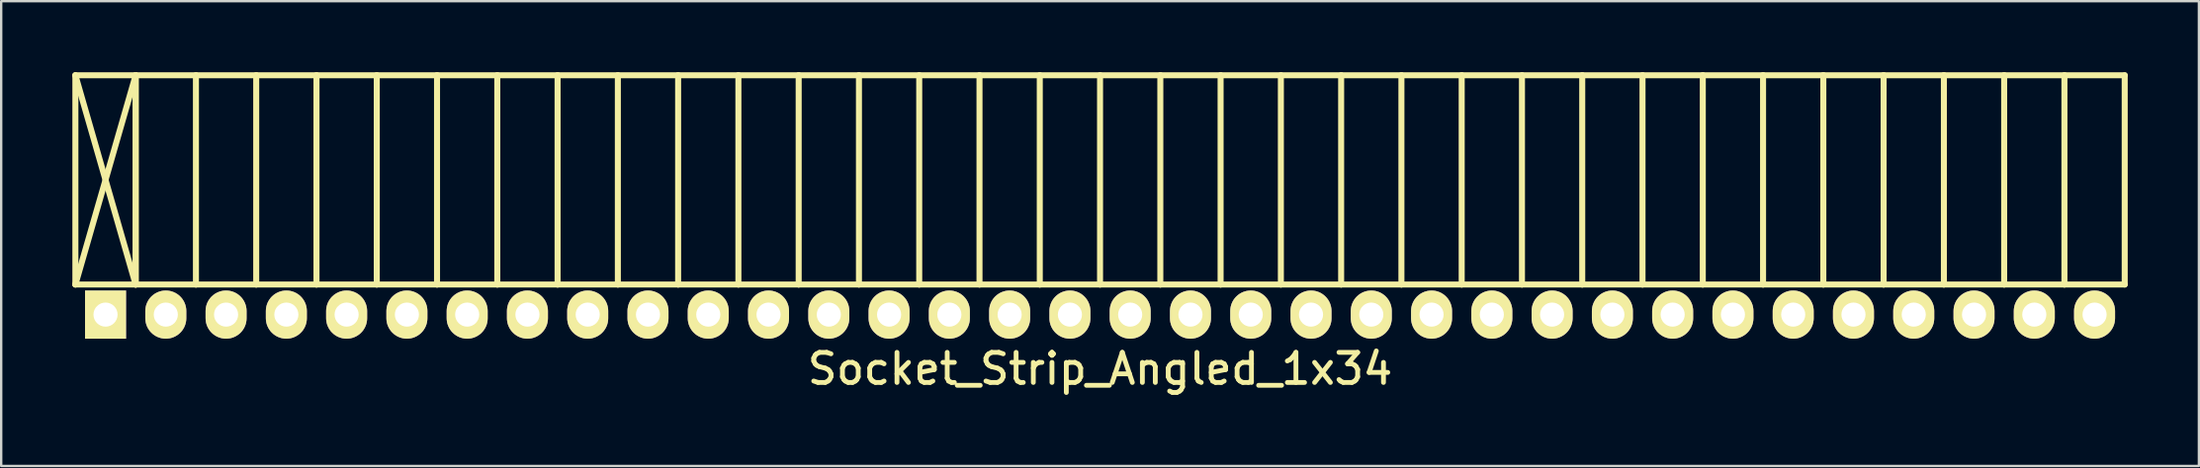
<source format=kicad_pcb>
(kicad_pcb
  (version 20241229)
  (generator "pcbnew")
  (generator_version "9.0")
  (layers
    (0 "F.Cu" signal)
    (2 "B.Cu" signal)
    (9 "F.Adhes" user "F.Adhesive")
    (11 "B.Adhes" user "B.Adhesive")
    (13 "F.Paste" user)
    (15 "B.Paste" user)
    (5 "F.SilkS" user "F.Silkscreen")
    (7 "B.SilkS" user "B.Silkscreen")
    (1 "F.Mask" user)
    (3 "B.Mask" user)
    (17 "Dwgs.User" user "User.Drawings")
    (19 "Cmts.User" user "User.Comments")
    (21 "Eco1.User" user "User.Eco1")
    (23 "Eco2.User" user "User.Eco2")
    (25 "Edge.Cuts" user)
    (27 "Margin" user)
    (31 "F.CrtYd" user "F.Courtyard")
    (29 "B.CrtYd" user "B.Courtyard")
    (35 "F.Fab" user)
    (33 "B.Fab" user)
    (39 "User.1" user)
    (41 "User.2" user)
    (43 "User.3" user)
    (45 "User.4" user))
  (footprint "Socket_Strip_Angled_1x34"
    (layer "F.Cu")
    (at 43.307 10.227)
    (property "Reference" "Socket_Strip_Angled_1x34" (at 0 2.286 0) (layer "F.SilkS") (effects (font (size 1.27 1.27) (thickness 0.203))))
    (attr through_hole)
    (fp_line (start -43.18 -10.1) (end -40.64 -10.1) (stroke (width 0.254) (type solid)) (layer "F.SilkS"))
    (fp_line (start -43.18 -10.1) (end -40.64 -1.27) (stroke (width 0.254) (type solid)) (layer "F.SilkS"))
    (fp_line (start -43.18 -1.27) (end -43.18 -10.1) (stroke (width 0.254) (type solid)) (layer "F.SilkS"))
    (fp_line (start -43.18 -1.27) (end -40.64 -10.1) (stroke (width 0.254) (type solid)) (layer "F.SilkS"))
    (fp_line (start -43.18 -1.27) (end -40.64 -1.27) (stroke (width 0.254) (type solid)) (layer "F.SilkS"))
    (fp_line (start -40.64 -10.1) (end -40.64 -1.27) (stroke (width 0.254) (type solid)) (layer "F.SilkS"))
    (fp_line (start -40.64 -10.1) (end -38.1 -10.1) (stroke (width 0.254) (type solid)) (layer "F.SilkS"))
    (fp_line (start -40.64 -1.27) (end -40.64 -10.1) (stroke (width 0.254) (type solid)) (layer "F.SilkS"))
    (fp_line (start -40.64 -1.27) (end -38.1 -1.27) (stroke (width 0.254) (type solid)) (layer "F.SilkS"))
    (fp_line (start -38.1 -10.1) (end -38.1 -1.27) (stroke (width 0.254) (type solid)) (layer "F.SilkS"))
    (fp_line (start -38.1 -10.1) (end -35.56 -10.1) (stroke (width 0.254) (type solid)) (layer "F.SilkS"))
    (fp_line (start -38.1 -1.27) (end -35.56 -1.27) (stroke (width 0.254) (type solid)) (layer "F.SilkS"))
    (fp_line (start -35.56 -10.1) (end -35.56 -1.27) (stroke (width 0.254) (type solid)) (layer "F.SilkS"))
    (fp_line (start -35.56 -10.1) (end -33.02 -10.1) (stroke (width 0.254) (type solid)) (layer "F.SilkS"))
    (fp_line (start -35.56 -1.27) (end -33.02 -1.27) (stroke (width 0.254) (type solid)) (layer "F.SilkS"))
    (fp_line (start -33.02 -10.1) (end -33.02 -1.27) (stroke (width 0.254) (type solid)) (layer "F.SilkS"))
    (fp_line (start -33.02 -10.1) (end -30.48 -10.1) (stroke (width 0.254) (type solid)) (layer "F.SilkS"))
    (fp_line (start -33.02 -1.27) (end -30.48 -1.27) (stroke (width 0.254) (type solid)) (layer "F.SilkS"))
    (fp_line (start -30.48 -10.1) (end -30.48 -1.27) (stroke (width 0.254) (type solid)) (layer "F.SilkS"))
    (fp_line (start -30.48 -10.1) (end -27.94 -10.1) (stroke (width 0.254) (type solid)) (layer "F.SilkS"))
    (fp_line (start -30.48 -1.27) (end -27.94 -1.27) (stroke (width 0.254) (type solid)) (layer "F.SilkS"))
    (fp_line (start -27.94 -10.1) (end -27.94 -1.27) (stroke (width 0.254) (type solid)) (layer "F.SilkS"))
    (fp_line (start -27.94 -10.1) (end -25.4 -10.1) (stroke (width 0.254) (type solid)) (layer "F.SilkS"))
    (fp_line (start -27.94 -1.27) (end -25.4 -1.27) (stroke (width 0.254) (type solid)) (layer "F.SilkS"))
    (fp_line (start -25.4 -10.1) (end -25.4 -1.27) (stroke (width 0.254) (type solid)) (layer "F.SilkS"))
    (fp_line (start -25.4 -10.1) (end -22.86 -10.1) (stroke (width 0.254) (type solid)) (layer "F.SilkS"))
    (fp_line (start -25.4 -1.27) (end -22.86 -1.27) (stroke (width 0.254) (type solid)) (layer "F.SilkS"))
    (fp_line (start -22.86 -10.1) (end -22.86 -1.27) (stroke (width 0.254) (type solid)) (layer "F.SilkS"))
    (fp_line (start -22.86 -10.1) (end -20.32 -10.1) (stroke (width 0.254) (type solid)) (layer "F.SilkS"))
    (fp_line (start -22.86 -1.27) (end -20.32 -1.27) (stroke (width 0.254) (type solid)) (layer "F.SilkS"))
    (fp_line (start -20.32 -10.1) (end -20.32 -1.27) (stroke (width 0.254) (type solid)) (layer "F.SilkS"))
    (fp_line (start -20.32 -10.1) (end -17.78 -10.1) (stroke (width 0.254) (type solid)) (layer "F.SilkS"))
    (fp_line (start -20.32 -1.27) (end -17.78 -1.27) (stroke (width 0.254) (type solid)) (layer "F.SilkS"))
    (fp_line (start -17.78 -10.1) (end -17.78 -1.27) (stroke (width 0.254) (type solid)) (layer "F.SilkS"))
    (fp_line (start -17.78 -10.1) (end -15.24 -10.1) (stroke (width 0.254) (type solid)) (layer "F.SilkS"))
    (fp_line (start -17.78 -1.27) (end -15.24 -1.27) (stroke (width 0.254) (type solid)) (layer "F.SilkS"))
    (fp_line (start -15.24 -10.1) (end -15.24 -1.27) (stroke (width 0.254) (type solid)) (layer "F.SilkS"))
    (fp_line (start -15.24 -10.1) (end -12.7 -10.1) (stroke (width 0.254) (type solid)) (layer "F.SilkS"))
    (fp_line (start -15.24 -1.27) (end -12.7 -1.27) (stroke (width 0.254) (type solid)) (layer "F.SilkS"))
    (fp_line (start -12.7 -10.1) (end -12.7 -1.27) (stroke (width 0.254) (type solid)) (layer "F.SilkS"))
    (fp_line (start -12.7 -10.1) (end -10.16 -10.1) (stroke (width 0.254) (type solid)) (layer "F.SilkS"))
    (fp_line (start -12.7 -1.27) (end -10.16 -1.27) (stroke (width 0.254) (type solid)) (layer "F.SilkS"))
    (fp_line (start -10.16 -10.1) (end -10.16 -1.27) (stroke (width 0.254) (type solid)) (layer "F.SilkS"))
    (fp_line (start -10.16 -10.1) (end -7.62 -10.1) (stroke (width 0.254) (type solid)) (layer "F.SilkS"))
    (fp_line (start -10.16 -1.27) (end -7.62 -1.27) (stroke (width 0.254) (type solid)) (layer "F.SilkS"))
    (fp_line (start -7.62 -10.1) (end -7.62 -1.27) (stroke (width 0.254) (type solid)) (layer "F.SilkS"))
    (fp_line (start -7.62 -10.1) (end -5.08 -10.1) (stroke (width 0.254) (type solid)) (layer "F.SilkS"))
    (fp_line (start -7.62 -1.27) (end -5.08 -1.27) (stroke (width 0.254) (type solid)) (layer "F.SilkS"))
    (fp_line (start -5.08 -10.1) (end -5.08 -1.27) (stroke (width 0.254) (type solid)) (layer "F.SilkS"))
    (fp_line (start -5.08 -10.1) (end -2.54 -10.1) (stroke (width 0.254) (type solid)) (layer "F.SilkS"))
    (fp_line (start -5.08 -1.27) (end -2.54 -1.27) (stroke (width 0.254) (type solid)) (layer "F.SilkS"))
    (fp_line (start -2.54 -10.1) (end -2.54 -1.27) (stroke (width 0.254) (type solid)) (layer "F.SilkS"))
    (fp_line (start -2.54 -10.1) (end 0 -10.1) (stroke (width 0.254) (type solid)) (layer "F.SilkS"))
    (fp_line (start -2.54 -1.27) (end 0 -1.27) (stroke (width 0.254) (type solid)) (layer "F.SilkS"))
    (fp_line (start 0 -10.1) (end 0 -1.27) (stroke (width 0.254) (type solid)) (layer "F.SilkS"))
    (fp_line (start 0 -10.1) (end 2.54 -10.1) (stroke (width 0.254) (type solid)) (layer "F.SilkS"))
    (fp_line (start 0 -1.27) (end 2.54 -1.27) (stroke (width 0.254) (type solid)) (layer "F.SilkS"))
    (fp_line (start 2.54 -10.1) (end 2.54 -1.27) (stroke (width 0.254) (type solid)) (layer "F.SilkS"))
    (fp_line (start 2.54 -10.1) (end 5.08 -10.1) (stroke (width 0.254) (type solid)) (layer "F.SilkS"))
    (fp_line (start 2.54 -1.27) (end 5.08 -1.27) (stroke (width 0.254) (type solid)) (layer "F.SilkS"))
    (fp_line (start 5.08 -10.1) (end 5.08 -1.27) (stroke (width 0.254) (type solid)) (layer "F.SilkS"))
    (fp_line (start 5.08 -10.1) (end 7.62 -10.1) (stroke (width 0.254) (type solid)) (layer "F.SilkS"))
    (fp_line (start 5.08 -1.27) (end 7.62 -1.27) (stroke (width 0.254) (type solid)) (layer "F.SilkS"))
    (fp_line (start 7.62 -10.1) (end 7.62 -1.27) (stroke (width 0.254) (type solid)) (layer "F.SilkS"))
    (fp_line (start 7.62 -10.1) (end 10.16 -10.1) (stroke (width 0.254) (type solid)) (layer "F.SilkS"))
    (fp_line (start 7.62 -1.27) (end 10.16 -1.27) (stroke (width 0.254) (type solid)) (layer "F.SilkS"))
    (fp_line (start 10.16 -10.1) (end 10.16 -1.27) (stroke (width 0.254) (type solid)) (layer "F.SilkS"))
    (fp_line (start 10.16 -10.1) (end 12.7 -10.1) (stroke (width 0.254) (type solid)) (layer "F.SilkS"))
    (fp_line (start 10.16 -1.27) (end 12.7 -1.27) (stroke (width 0.254) (type solid)) (layer "F.SilkS"))
    (fp_line (start 12.7 -10.1) (end 12.7 -1.27) (stroke (width 0.254) (type solid)) (layer "F.SilkS"))
    (fp_line (start 12.7 -10.1) (end 15.24 -10.1) (stroke (width 0.254) (type solid)) (layer "F.SilkS"))
    (fp_line (start 12.7 -1.27) (end 15.24 -1.27) (stroke (width 0.254) (type solid)) (layer "F.SilkS"))
    (fp_line (start 15.24 -10.1) (end 15.24 -1.27) (stroke (width 0.254) (type solid)) (layer "F.SilkS"))
    (fp_line (start 15.24 -10.1) (end 17.78 -10.1) (stroke (width 0.254) (type solid)) (layer "F.SilkS"))
    (fp_line (start 15.24 -1.27) (end 17.78 -1.27) (stroke (width 0.254) (type solid)) (layer "F.SilkS"))
    (fp_line (start 17.78 -10.1) (end 17.78 -1.27) (stroke (width 0.254) (type solid)) (layer "F.SilkS"))
    (fp_line (start 17.78 -10.1) (end 20.32 -10.1) (stroke (width 0.254) (type solid)) (layer "F.SilkS"))
    (fp_line (start 17.78 -1.27) (end 20.32 -1.27) (stroke (width 0.254) (type solid)) (layer "F.SilkS"))
    (fp_line (start 20.32 -10.1) (end 20.32 -1.27) (stroke (width 0.254) (type solid)) (layer "F.SilkS"))
    (fp_line (start 20.32 -10.1) (end 22.86 -10.1) (stroke (width 0.254) (type solid)) (layer "F.SilkS"))
    (fp_line (start 20.32 -1.27) (end 22.86 -1.27) (stroke (width 0.254) (type solid)) (layer "F.SilkS"))
    (fp_line (start 22.86 -10.1) (end 22.86 -1.27) (stroke (width 0.254) (type solid)) (layer "F.SilkS"))
    (fp_line (start 22.86 -10.1) (end 25.4 -10.1) (stroke (width 0.254) (type solid)) (layer "F.SilkS"))
    (fp_line (start 22.86 -1.27) (end 25.4 -1.27) (stroke (width 0.254) (type solid)) (layer "F.SilkS"))
    (fp_line (start 25.4 -10.1) (end 25.4 -1.27) (stroke (width 0.254) (type solid)) (layer "F.SilkS"))
    (fp_line (start 25.4 -10.1) (end 27.94 -10.1) (stroke (width 0.254) (type solid)) (layer "F.SilkS"))
    (fp_line (start 25.4 -1.27) (end 27.94 -1.27) (stroke (width 0.254) (type solid)) (layer "F.SilkS"))
    (fp_line (start 27.94 -10.1) (end 27.94 -1.27) (stroke (width 0.254) (type solid)) (layer "F.SilkS"))
    (fp_line (start 27.94 -10.1) (end 30.48 -10.1) (stroke (width 0.254) (type solid)) (layer "F.SilkS"))
    (fp_line (start 27.94 -1.27) (end 30.48 -1.27) (stroke (width 0.254) (type solid)) (layer "F.SilkS"))
    (fp_line (start 30.48 -10.1) (end 30.48 -1.27) (stroke (width 0.254) (type solid)) (layer "F.SilkS"))
    (fp_line (start 30.48 -10.1) (end 33.02 -10.1) (stroke (width 0.254) (type solid)) (layer "F.SilkS"))
    (fp_line (start 30.48 -1.27) (end 33.02 -1.27) (stroke (width 0.254) (type solid)) (layer "F.SilkS"))
    (fp_line (start 33.02 -10.1) (end 33.02 -1.27) (stroke (width 0.254) (type solid)) (layer "F.SilkS"))
    (fp_line (start 33.02 -10.1) (end 35.56 -10.1) (stroke (width 0.254) (type solid)) (layer "F.SilkS"))
    (fp_line (start 33.02 -1.27) (end 35.56 -1.27) (stroke (width 0.254) (type solid)) (layer "F.SilkS"))
    (fp_line (start 35.56 -10.1) (end 35.56 -1.27) (stroke (width 0.254) (type solid)) (layer "F.SilkS"))
    (fp_line (start 35.56 -10.1) (end 38.1 -10.1) (stroke (width 0.254) (type solid)) (layer "F.SilkS"))
    (fp_line (start 35.56 -1.27) (end 38.1 -1.27) (stroke (width 0.254) (type solid)) (layer "F.SilkS"))
    (fp_line (start 38.1 -10.1) (end 38.1 -1.27) (stroke (width 0.254) (type solid)) (layer "F.SilkS"))
    (fp_line (start 38.1 -10.1) (end 40.64 -10.1) (stroke (width 0.254) (type solid)) (layer "F.SilkS"))
    (fp_line (start 38.1 -1.27) (end 40.64 -1.27) (stroke (width 0.254) (type solid)) (layer "F.SilkS"))
    (fp_line (start 40.64 -10.1) (end 40.64 -1.27) (stroke (width 0.254) (type solid)) (layer "F.SilkS"))
    (fp_line (start 40.64 -10.1) (end 43.18 -10.1) (stroke (width 0.254) (type solid)) (layer "F.SilkS"))
    (fp_line (start 40.64 -1.27) (end 43.18 -1.27) (stroke (width 0.254) (type solid)) (layer "F.SilkS"))
    (fp_line (start 43.18 -10.1) (end 43.18 -1.27) (stroke (width 0.254) (type solid)) (layer "F.SilkS"))
    (pad "1" thru_hole rect (at -41.91 0) (size 1.727 2.032) (drill 1.016) (layers "*.Cu" "*.Mask" "F.SilkS"))
    (pad "2" thru_hole oval (at -39.37 0) (size 1.727 2.032) (drill 1.016) (layers "*.Cu" "*.Mask" "F.SilkS"))
    (pad "3" thru_hole oval (at -36.83 0) (size 1.727 2.032) (drill 1.016) (layers "*.Cu" "*.Mask" "F.SilkS"))
    (pad "4" thru_hole oval (at -34.29 0) (size 1.727 2.032) (drill 1.016) (layers "*.Cu" "*.Mask" "F.SilkS"))
    (pad "5" thru_hole oval (at -31.75 0) (size 1.727 2.032) (drill 1.016) (layers "*.Cu" "*.Mask" "F.SilkS"))
    (pad "6" thru_hole oval (at -29.21 0) (size 1.727 2.032) (drill 1.016) (layers "*.Cu" "*.Mask" "F.SilkS"))
    (pad "7" thru_hole oval (at -26.67 0) (size 1.727 2.032) (drill 1.016) (layers "*.Cu" "*.Mask" "F.SilkS"))
    (pad "8" thru_hole oval (at -24.13 0) (size 1.727 2.032) (drill 1.016) (layers "*.Cu" "*.Mask" "F.SilkS"))
    (pad "9" thru_hole oval (at -21.59 0) (size 1.727 2.032) (drill 1.016) (layers "*.Cu" "*.Mask" "F.SilkS"))
    (pad "10" thru_hole oval (at -19.05 0) (size 1.727 2.032) (drill 1.016) (layers "*.Cu" "*.Mask" "F.SilkS"))
    (pad "11" thru_hole oval (at -16.51 0) (size 1.727 2.032) (drill 1.016) (layers "*.Cu" "*.Mask" "F.SilkS"))
    (pad "12" thru_hole oval (at -13.97 0) (size 1.727 2.032) (drill 1.016) (layers "*.Cu" "*.Mask" "F.SilkS"))
    (pad "13" thru_hole oval (at -11.43 0) (size 1.727 2.032) (drill 1.016) (layers "*.Cu" "*.Mask" "F.SilkS"))
    (pad "14" thru_hole oval (at -8.89 0) (size 1.727 2.032) (drill 1.016) (layers "*.Cu" "*.Mask" "F.SilkS"))
    (pad "15" thru_hole oval (at -6.35 0) (size 1.727 2.032) (drill 1.016) (layers "*.Cu" "*.Mask" "F.SilkS"))
    (pad "16" thru_hole oval (at -3.81 0) (size 1.727 2.032) (drill 1.016) (layers "*.Cu" "*.Mask" "F.SilkS"))
    (pad "17" thru_hole oval (at -1.27 0) (size 1.727 2.032) (drill 1.016) (layers "*.Cu" "*.Mask" "F.SilkS"))
    (pad "18" thru_hole oval (at 1.27 0) (size 1.727 2.032) (drill 1.016) (layers "*.Cu" "*.Mask" "F.SilkS"))
    (pad "19" thru_hole oval (at 3.81 0) (size 1.727 2.032) (drill 1.016) (layers "*.Cu" "*.Mask" "F.SilkS"))
    (pad "20" thru_hole oval (at 6.35 0) (size 1.727 2.032) (drill 1.016) (layers "*.Cu" "*.Mask" "F.SilkS"))
    (pad "21" thru_hole oval (at 8.89 0) (size 1.727 2.032) (drill 1.016) (layers "*.Cu" "*.Mask" "F.SilkS"))
    (pad "22" thru_hole oval (at 11.43 0) (size 1.727 2.032) (drill 1.016) (layers "*.Cu" "*.Mask" "F.SilkS"))
    (pad "23" thru_hole oval (at 13.97 0) (size 1.727 2.032) (drill 1.016) (layers "*.Cu" "*.Mask" "F.SilkS"))
    (pad "24" thru_hole oval (at 16.51 0) (size 1.727 2.032) (drill 1.016) (layers "*.Cu" "*.Mask" "F.SilkS"))
    (pad "25" thru_hole oval (at 19.05 0) (size 1.727 2.032) (drill 1.016) (layers "*.Cu" "*.Mask" "F.SilkS"))
    (pad "26" thru_hole oval (at 21.59 0) (size 1.727 2.032) (drill 1.016) (layers "*.Cu" "*.Mask" "F.SilkS"))
    (pad "27" thru_hole oval (at 24.13 0) (size 1.727 2.032) (drill 1.016) (layers "*.Cu" "*.Mask" "F.SilkS"))
    (pad "28" thru_hole oval (at 26.67 0) (size 1.727 2.032) (drill 1.016) (layers "*.Cu" "*.Mask" "F.SilkS"))
    (pad "29" thru_hole oval (at 29.21 0) (size 1.727 2.032) (drill 1.016) (layers "*.Cu" "*.Mask" "F.SilkS"))
    (pad "30" thru_hole oval (at 31.75 0) (size 1.727 2.032) (drill 1.016) (layers "*.Cu" "*.Mask" "F.SilkS"))
    (pad "31" thru_hole oval (at 34.29 0) (size 1.727 2.032) (drill 1.016) (layers "*.Cu" "*.Mask" "F.SilkS"))
    (pad "32" thru_hole oval (at 36.83 0) (size 1.727 2.032) (drill 1.016) (layers "*.Cu" "*.Mask" "F.SilkS"))
    (pad "33" thru_hole oval (at 39.37 0) (size 1.727 2.032) (drill 1.016) (layers "*.Cu" "*.Mask" "F.SilkS"))
    (pad "34" thru_hole oval (at 41.91 0) (size 1.727 2.032) (drill 1.016) (layers "*.Cu" "*.Mask" "F.SilkS")))
  (gr_rect
    (start -3 -3)
    (end 89.614 16.613)
    (stroke (width 0.1) (type default))
    (fill no)
    (layer "Edge.Cuts")))
</source>
